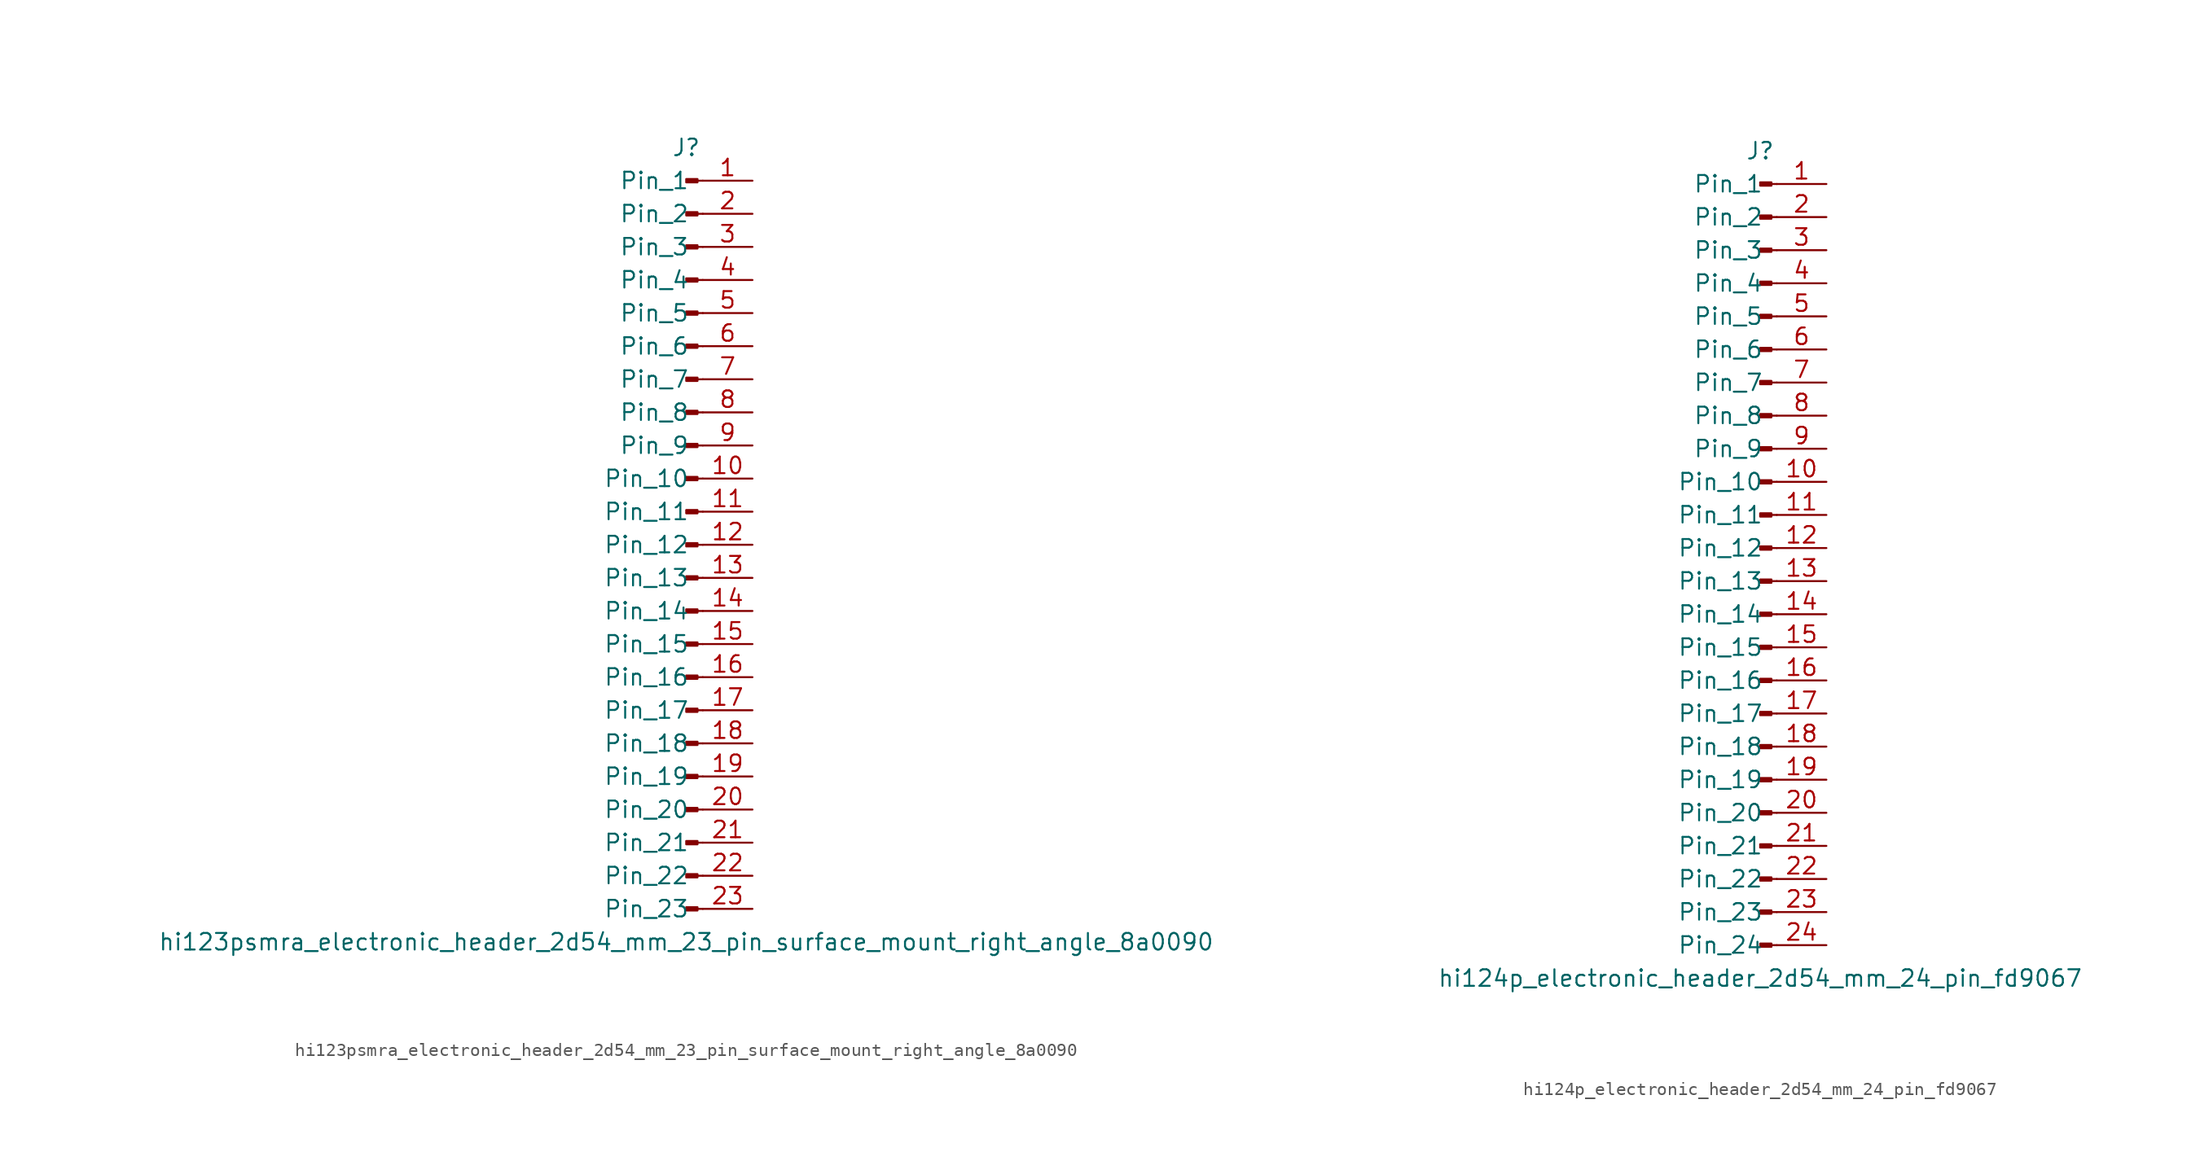
<source format=kicad_sym>
(kicad_symbol_lib
  (version 20220914)
  (generator kicad_symbol_editor)
  (symbol "hi123psmra_electronic_header_2d54_mm_23_pin_surface_mount_right_angle_8a0090"
    (pin_names
      (offset 1.016))
    (property "Reference" "J"
      (at 0 30.48 0)
      (effects (font (size 1.27 1.27))))
    (property "Value" "hi123psmra_electronic_header_2d54_mm_23_pin_surface_mount_right_angle_8a0090"
      (at 0 -30.48 0)
      (effects (font (size 1.27 1.27))))
    (property "ki_locked" ""
      (at 0 0 0)
      (effects (font (size 1.27 1.27))))
    (symbol "hi123psmra_electronic_header_2d54_mm_23_pin_surface_mount_right_angle_8a0090_1_1"
      (polyline (pts (xy 1.27 -27.94) (xy 0.864 -27.94)) (stroke (width 0.152) (type default)) (fill (type none)))
      (polyline (pts (xy 1.27 -25.4) (xy 0.864 -25.4)) (stroke (width 0.152) (type default)) (fill (type none)))
      (polyline (pts (xy 1.27 -22.86) (xy 0.864 -22.86)) (stroke (width 0.152) (type default)) (fill (type none)))
      (polyline (pts (xy 1.27 -20.32) (xy 0.864 -20.32)) (stroke (width 0.152) (type default)) (fill (type none)))
      (polyline (pts (xy 1.27 -17.78) (xy 0.864 -17.78)) (stroke (width 0.152) (type default)) (fill (type none)))
      (polyline (pts (xy 1.27 -15.24) (xy 0.864 -15.24)) (stroke (width 0.152) (type default)) (fill (type none)))
      (polyline (pts (xy 1.27 -12.7) (xy 0.864 -12.7)) (stroke (width 0.152) (type default)) (fill (type none)))
      (polyline (pts (xy 1.27 -10.16) (xy 0.864 -10.16)) (stroke (width 0.152) (type default)) (fill (type none)))
      (polyline (pts (xy 1.27 -7.62) (xy 0.864 -7.62)) (stroke (width 0.152) (type default)) (fill (type none)))
      (polyline (pts (xy 1.27 -5.08) (xy 0.864 -5.08)) (stroke (width 0.152) (type default)) (fill (type none)))
      (polyline (pts (xy 1.27 -2.54) (xy 0.864 -2.54)) (stroke (width 0.152) (type default)) (fill (type none)))
      (polyline (pts (xy 1.27 0) (xy 0.864 0)) (stroke (width 0.152) (type default)) (fill (type none)))
      (polyline (pts (xy 1.27 2.54) (xy 0.864 2.54)) (stroke (width 0.152) (type default)) (fill (type none)))
      (polyline (pts (xy 1.27 5.08) (xy 0.864 5.08)) (stroke (width 0.152) (type default)) (fill (type none)))
      (polyline (pts (xy 1.27 7.62) (xy 0.864 7.62)) (stroke (width 0.152) (type default)) (fill (type none)))
      (polyline (pts (xy 1.27 10.16) (xy 0.864 10.16)) (stroke (width 0.152) (type default)) (fill (type none)))
      (polyline (pts (xy 1.27 12.7) (xy 0.864 12.7)) (stroke (width 0.152) (type default)) (fill (type none)))
      (polyline (pts (xy 1.27 15.24) (xy 0.864 15.24)) (stroke (width 0.152) (type default)) (fill (type none)))
      (polyline (pts (xy 1.27 17.78) (xy 0.864 17.78)) (stroke (width 0.152) (type default)) (fill (type none)))
      (polyline (pts (xy 1.27 20.32) (xy 0.864 20.32)) (stroke (width 0.152) (type default)) (fill (type none)))
      (polyline (pts (xy 1.27 22.86) (xy 0.864 22.86)) (stroke (width 0.152) (type default)) (fill (type none)))
      (polyline (pts (xy 1.27 25.4) (xy 0.864 25.4)) (stroke (width 0.152) (type default)) (fill (type none)))
      (polyline (pts (xy 1.27 27.94) (xy 0.864 27.94)) (stroke (width 0.152) (type default)) (fill (type none)))
      (rectangle (start 0.864 -27.813) (end 0 -28.067) (stroke (width 0.152) (type default)) (fill (type outline)))
      (rectangle (start 0.864 -25.273) (end 0 -25.527) (stroke (width 0.152) (type default)) (fill (type outline)))
      (rectangle (start 0.864 -22.733) (end 0 -22.987) (stroke (width 0.152) (type default)) (fill (type outline)))
      (rectangle (start 0.864 -20.193) (end 0 -20.447) (stroke (width 0.152) (type default)) (fill (type outline)))
      (rectangle (start 0.864 -17.653) (end 0 -17.907) (stroke (width 0.152) (type default)) (fill (type outline)))
      (rectangle (start 0.864 -15.113) (end 0 -15.367) (stroke (width 0.152) (type default)) (fill (type outline)))
      (rectangle (start 0.864 -12.573) (end 0 -12.827) (stroke (width 0.152) (type default)) (fill (type outline)))
      (rectangle (start 0.864 -10.033) (end 0 -10.287) (stroke (width 0.152) (type default)) (fill (type outline)))
      (rectangle (start 0.864 -7.493) (end 0 -7.747) (stroke (width 0.152) (type default)) (fill (type outline)))
      (rectangle (start 0.864 -4.953) (end 0 -5.207) (stroke (width 0.152) (type default)) (fill (type outline)))
      (rectangle (start 0.864 -2.413) (end 0 -2.667) (stroke (width 0.152) (type default)) (fill (type outline)))
      (rectangle (start 0.864 0.127) (end 0 -0.127) (stroke (width 0.152) (type default)) (fill (type outline)))
      (rectangle (start 0.864 2.667) (end 0 2.413) (stroke (width 0.152) (type default)) (fill (type outline)))
      (rectangle (start 0.864 5.207) (end 0 4.953) (stroke (width 0.152) (type default)) (fill (type outline)))
      (rectangle (start 0.864 7.747) (end 0 7.493) (stroke (width 0.152) (type default)) (fill (type outline)))
      (rectangle (start 0.864 10.287) (end 0 10.033) (stroke (width 0.152) (type default)) (fill (type outline)))
      (rectangle (start 0.864 12.827) (end 0 12.573) (stroke (width 0.152) (type default)) (fill (type outline)))
      (rectangle (start 0.864 15.367) (end 0 15.113) (stroke (width 0.152) (type default)) (fill (type outline)))
      (rectangle (start 0.864 17.907) (end 0 17.653) (stroke (width 0.152) (type default)) (fill (type outline)))
      (rectangle (start 0.864 20.447) (end 0 20.193) (stroke (width 0.152) (type default)) (fill (type outline)))
      (rectangle (start 0.864 22.987) (end 0 22.733) (stroke (width 0.152) (type default)) (fill (type outline)))
      (rectangle (start 0.864 25.527) (end 0 25.273) (stroke (width 0.152) (type default)) (fill (type outline)))
      (rectangle (start 0.864 28.067) (end 0 27.813) (stroke (width 0.152) (type default)) (fill (type outline)))
      (pin passive line (at 5.08 27.94 180) (length 3.81) (name "Pin_1" (effects (font (size 1.27 1.27)))) (number "1" (effects (font (size 1.27 1.27)))))
      (pin passive line (at 5.08 5.08 180) (length 3.81) (name "Pin_10" (effects (font (size 1.27 1.27)))) (number "10" (effects (font (size 1.27 1.27)))))
      (pin passive line (at 5.08 2.54 180) (length 3.81) (name "Pin_11" (effects (font (size 1.27 1.27)))) (number "11" (effects (font (size 1.27 1.27)))))
      (pin passive line (at 5.08 0 180) (length 3.81) (name "Pin_12" (effects (font (size 1.27 1.27)))) (number "12" (effects (font (size 1.27 1.27)))))
      (pin passive line (at 5.08 -2.54 180) (length 3.81) (name "Pin_13" (effects (font (size 1.27 1.27)))) (number "13" (effects (font (size 1.27 1.27)))))
      (pin passive line (at 5.08 -5.08 180) (length 3.81) (name "Pin_14" (effects (font (size 1.27 1.27)))) (number "14" (effects (font (size 1.27 1.27)))))
      (pin passive line (at 5.08 -7.62 180) (length 3.81) (name "Pin_15" (effects (font (size 1.27 1.27)))) (number "15" (effects (font (size 1.27 1.27)))))
      (pin passive line (at 5.08 -10.16 180) (length 3.81) (name "Pin_16" (effects (font (size 1.27 1.27)))) (number "16" (effects (font (size 1.27 1.27)))))
      (pin passive line (at 5.08 -12.7 180) (length 3.81) (name "Pin_17" (effects (font (size 1.27 1.27)))) (number "17" (effects (font (size 1.27 1.27)))))
      (pin passive line (at 5.08 -15.24 180) (length 3.81) (name "Pin_18" (effects (font (size 1.27 1.27)))) (number "18" (effects (font (size 1.27 1.27)))))
      (pin passive line (at 5.08 -17.78 180) (length 3.81) (name "Pin_19" (effects (font (size 1.27 1.27)))) (number "19" (effects (font (size 1.27 1.27)))))
      (pin passive line (at 5.08 25.4 180) (length 3.81) (name "Pin_2" (effects (font (size 1.27 1.27)))) (number "2" (effects (font (size 1.27 1.27)))))
      (pin passive line (at 5.08 -20.32 180) (length 3.81) (name "Pin_20" (effects (font (size 1.27 1.27)))) (number "20" (effects (font (size 1.27 1.27)))))
      (pin passive line (at 5.08 -22.86 180) (length 3.81) (name "Pin_21" (effects (font (size 1.27 1.27)))) (number "21" (effects (font (size 1.27 1.27)))))
      (pin passive line (at 5.08 -25.4 180) (length 3.81) (name "Pin_22" (effects (font (size 1.27 1.27)))) (number "22" (effects (font (size 1.27 1.27)))))
      (pin passive line (at 5.08 -27.94 180) (length 3.81) (name "Pin_23" (effects (font (size 1.27 1.27)))) (number "23" (effects (font (size 1.27 1.27)))))
      (pin passive line (at 5.08 22.86 180) (length 3.81) (name "Pin_3" (effects (font (size 1.27 1.27)))) (number "3" (effects (font (size 1.27 1.27)))))
      (pin passive line (at 5.08 20.32 180) (length 3.81) (name "Pin_4" (effects (font (size 1.27 1.27)))) (number "4" (effects (font (size 1.27 1.27)))))
      (pin passive line (at 5.08 17.78 180) (length 3.81) (name "Pin_5" (effects (font (size 1.27 1.27)))) (number "5" (effects (font (size 1.27 1.27)))))
      (pin passive line (at 5.08 15.24 180) (length 3.81) (name "Pin_6" (effects (font (size 1.27 1.27)))) (number "6" (effects (font (size 1.27 1.27)))))
      (pin passive line (at 5.08 12.7 180) (length 3.81) (name "Pin_7" (effects (font (size 1.27 1.27)))) (number "7" (effects (font (size 1.27 1.27)))))
      (pin passive line (at 5.08 10.16 180) (length 3.81) (name "Pin_8" (effects (font (size 1.27 1.27)))) (number "8" (effects (font (size 1.27 1.27)))))
      (pin passive line (at 5.08 7.62 180) (length 3.81) (name "Pin_9" (effects (font (size 1.27 1.27)))) (number "9" (effects (font (size 1.27 1.27)))))))
  (symbol "hi124p_electronic_header_2d54_mm_24_pin_fd9067"
    (pin_names
      (offset 1.016))
    (property "Reference" "J"
      (at 0 30.48 0)
      (effects (font (size 1.27 1.27))))
    (property "Value" "hi124p_electronic_header_2d54_mm_24_pin_fd9067"
      (at 0 -33.02 0)
      (effects (font (size 1.27 1.27))))
    (property "ki_locked" ""
      (at 0 0 0)
      (effects (font (size 1.27 1.27))))
    (symbol "hi124p_electronic_header_2d54_mm_24_pin_fd9067_1_1"
      (polyline (pts (xy 1.27 -30.48) (xy 0.864 -30.48)) (stroke (width 0.152) (type default)) (fill (type none)))
      (polyline (pts (xy 1.27 -27.94) (xy 0.864 -27.94)) (stroke (width 0.152) (type default)) (fill (type none)))
      (polyline (pts (xy 1.27 -25.4) (xy 0.864 -25.4)) (stroke (width 0.152) (type default)) (fill (type none)))
      (polyline (pts (xy 1.27 -22.86) (xy 0.864 -22.86)) (stroke (width 0.152) (type default)) (fill (type none)))
      (polyline (pts (xy 1.27 -20.32) (xy 0.864 -20.32)) (stroke (width 0.152) (type default)) (fill (type none)))
      (polyline (pts (xy 1.27 -17.78) (xy 0.864 -17.78)) (stroke (width 0.152) (type default)) (fill (type none)))
      (polyline (pts (xy 1.27 -15.24) (xy 0.864 -15.24)) (stroke (width 0.152) (type default)) (fill (type none)))
      (polyline (pts (xy 1.27 -12.7) (xy 0.864 -12.7)) (stroke (width 0.152) (type default)) (fill (type none)))
      (polyline (pts (xy 1.27 -10.16) (xy 0.864 -10.16)) (stroke (width 0.152) (type default)) (fill (type none)))
      (polyline (pts (xy 1.27 -7.62) (xy 0.864 -7.62)) (stroke (width 0.152) (type default)) (fill (type none)))
      (polyline (pts (xy 1.27 -5.08) (xy 0.864 -5.08)) (stroke (width 0.152) (type default)) (fill (type none)))
      (polyline (pts (xy 1.27 -2.54) (xy 0.864 -2.54)) (stroke (width 0.152) (type default)) (fill (type none)))
      (polyline (pts (xy 1.27 0) (xy 0.864 0)) (stroke (width 0.152) (type default)) (fill (type none)))
      (polyline (pts (xy 1.27 2.54) (xy 0.864 2.54)) (stroke (width 0.152) (type default)) (fill (type none)))
      (polyline (pts (xy 1.27 5.08) (xy 0.864 5.08)) (stroke (width 0.152) (type default)) (fill (type none)))
      (polyline (pts (xy 1.27 7.62) (xy 0.864 7.62)) (stroke (width 0.152) (type default)) (fill (type none)))
      (polyline (pts (xy 1.27 10.16) (xy 0.864 10.16)) (stroke (width 0.152) (type default)) (fill (type none)))
      (polyline (pts (xy 1.27 12.7) (xy 0.864 12.7)) (stroke (width 0.152) (type default)) (fill (type none)))
      (polyline (pts (xy 1.27 15.24) (xy 0.864 15.24)) (stroke (width 0.152) (type default)) (fill (type none)))
      (polyline (pts (xy 1.27 17.78) (xy 0.864 17.78)) (stroke (width 0.152) (type default)) (fill (type none)))
      (polyline (pts (xy 1.27 20.32) (xy 0.864 20.32)) (stroke (width 0.152) (type default)) (fill (type none)))
      (polyline (pts (xy 1.27 22.86) (xy 0.864 22.86)) (stroke (width 0.152) (type default)) (fill (type none)))
      (polyline (pts (xy 1.27 25.4) (xy 0.864 25.4)) (stroke (width 0.152) (type default)) (fill (type none)))
      (polyline (pts (xy 1.27 27.94) (xy 0.864 27.94)) (stroke (width 0.152) (type default)) (fill (type none)))
      (rectangle (start 0.864 -30.353) (end 0 -30.607) (stroke (width 0.152) (type default)) (fill (type outline)))
      (rectangle (start 0.864 -27.813) (end 0 -28.067) (stroke (width 0.152) (type default)) (fill (type outline)))
      (rectangle (start 0.864 -25.273) (end 0 -25.527) (stroke (width 0.152) (type default)) (fill (type outline)))
      (rectangle (start 0.864 -22.733) (end 0 -22.987) (stroke (width 0.152) (type default)) (fill (type outline)))
      (rectangle (start 0.864 -20.193) (end 0 -20.447) (stroke (width 0.152) (type default)) (fill (type outline)))
      (rectangle (start 0.864 -17.653) (end 0 -17.907) (stroke (width 0.152) (type default)) (fill (type outline)))
      (rectangle (start 0.864 -15.113) (end 0 -15.367) (stroke (width 0.152) (type default)) (fill (type outline)))
      (rectangle (start 0.864 -12.573) (end 0 -12.827) (stroke (width 0.152) (type default)) (fill (type outline)))
      (rectangle (start 0.864 -10.033) (end 0 -10.287) (stroke (width 0.152) (type default)) (fill (type outline)))
      (rectangle (start 0.864 -7.493) (end 0 -7.747) (stroke (width 0.152) (type default)) (fill (type outline)))
      (rectangle (start 0.864 -4.953) (end 0 -5.207) (stroke (width 0.152) (type default)) (fill (type outline)))
      (rectangle (start 0.864 -2.413) (end 0 -2.667) (stroke (width 0.152) (type default)) (fill (type outline)))
      (rectangle (start 0.864 0.127) (end 0 -0.127) (stroke (width 0.152) (type default)) (fill (type outline)))
      (rectangle (start 0.864 2.667) (end 0 2.413) (stroke (width 0.152) (type default)) (fill (type outline)))
      (rectangle (start 0.864 5.207) (end 0 4.953) (stroke (width 0.152) (type default)) (fill (type outline)))
      (rectangle (start 0.864 7.747) (end 0 7.493) (stroke (width 0.152) (type default)) (fill (type outline)))
      (rectangle (start 0.864 10.287) (end 0 10.033) (stroke (width 0.152) (type default)) (fill (type outline)))
      (rectangle (start 0.864 12.827) (end 0 12.573) (stroke (width 0.152) (type default)) (fill (type outline)))
      (rectangle (start 0.864 15.367) (end 0 15.113) (stroke (width 0.152) (type default)) (fill (type outline)))
      (rectangle (start 0.864 17.907) (end 0 17.653) (stroke (width 0.152) (type default)) (fill (type outline)))
      (rectangle (start 0.864 20.447) (end 0 20.193) (stroke (width 0.152) (type default)) (fill (type outline)))
      (rectangle (start 0.864 22.987) (end 0 22.733) (stroke (width 0.152) (type default)) (fill (type outline)))
      (rectangle (start 0.864 25.527) (end 0 25.273) (stroke (width 0.152) (type default)) (fill (type outline)))
      (rectangle (start 0.864 28.067) (end 0 27.813) (stroke (width 0.152) (type default)) (fill (type outline)))
      (pin passive line (at 5.08 27.94 180) (length 3.81) (name "Pin_1" (effects (font (size 1.27 1.27)))) (number "1" (effects (font (size 1.27 1.27)))))
      (pin passive line (at 5.08 5.08 180) (length 3.81) (name "Pin_10" (effects (font (size 1.27 1.27)))) (number "10" (effects (font (size 1.27 1.27)))))
      (pin passive line (at 5.08 2.54 180) (length 3.81) (name "Pin_11" (effects (font (size 1.27 1.27)))) (number "11" (effects (font (size 1.27 1.27)))))
      (pin passive line (at 5.08 0 180) (length 3.81) (name "Pin_12" (effects (font (size 1.27 1.27)))) (number "12" (effects (font (size 1.27 1.27)))))
      (pin passive line (at 5.08 -2.54 180) (length 3.81) (name "Pin_13" (effects (font (size 1.27 1.27)))) (number "13" (effects (font (size 1.27 1.27)))))
      (pin passive line (at 5.08 -5.08 180) (length 3.81) (name "Pin_14" (effects (font (size 1.27 1.27)))) (number "14" (effects (font (size 1.27 1.27)))))
      (pin passive line (at 5.08 -7.62 180) (length 3.81) (name "Pin_15" (effects (font (size 1.27 1.27)))) (number "15" (effects (font (size 1.27 1.27)))))
      (pin passive line (at 5.08 -10.16 180) (length 3.81) (name "Pin_16" (effects (font (size 1.27 1.27)))) (number "16" (effects (font (size 1.27 1.27)))))
      (pin passive line (at 5.08 -12.7 180) (length 3.81) (name "Pin_17" (effects (font (size 1.27 1.27)))) (number "17" (effects (font (size 1.27 1.27)))))
      (pin passive line (at 5.08 -15.24 180) (length 3.81) (name "Pin_18" (effects (font (size 1.27 1.27)))) (number "18" (effects (font (size 1.27 1.27)))))
      (pin passive line (at 5.08 -17.78 180) (length 3.81) (name "Pin_19" (effects (font (size 1.27 1.27)))) (number "19" (effects (font (size 1.27 1.27)))))
      (pin passive line (at 5.08 25.4 180) (length 3.81) (name "Pin_2" (effects (font (size 1.27 1.27)))) (number "2" (effects (font (size 1.27 1.27)))))
      (pin passive line (at 5.08 -20.32 180) (length 3.81) (name "Pin_20" (effects (font (size 1.27 1.27)))) (number "20" (effects (font (size 1.27 1.27)))))
      (pin passive line (at 5.08 -22.86 180) (length 3.81) (name "Pin_21" (effects (font (size 1.27 1.27)))) (number "21" (effects (font (size 1.27 1.27)))))
      (pin passive line (at 5.08 -25.4 180) (length 3.81) (name "Pin_22" (effects (font (size 1.27 1.27)))) (number "22" (effects (font (size 1.27 1.27)))))
      (pin passive line (at 5.08 -27.94 180) (length 3.81) (name "Pin_23" (effects (font (size 1.27 1.27)))) (number "23" (effects (font (size 1.27 1.27)))))
      (pin passive line (at 5.08 -30.48 180) (length 3.81) (name "Pin_24" (effects (font (size 1.27 1.27)))) (number "24" (effects (font (size 1.27 1.27)))))
      (pin passive line (at 5.08 22.86 180) (length 3.81) (name "Pin_3" (effects (font (size 1.27 1.27)))) (number "3" (effects (font (size 1.27 1.27)))))
      (pin passive line (at 5.08 20.32 180) (length 3.81) (name "Pin_4" (effects (font (size 1.27 1.27)))) (number "4" (effects (font (size 1.27 1.27)))))
      (pin passive line (at 5.08 17.78 180) (length 3.81) (name "Pin_5" (effects (font (size 1.27 1.27)))) (number "5" (effects (font (size 1.27 1.27)))))
      (pin passive line (at 5.08 15.24 180) (length 3.81) (name "Pin_6" (effects (font (size 1.27 1.27)))) (number "6" (effects (font (size 1.27 1.27)))))
      (pin passive line (at 5.08 12.7 180) (length 3.81) (name "Pin_7" (effects (font (size 1.27 1.27)))) (number "7" (effects (font (size 1.27 1.27)))))
      (pin passive line (at 5.08 10.16 180) (length 3.81) (name "Pin_8" (effects (font (size 1.27 1.27)))) (number "8" (effects (font (size 1.27 1.27)))))
      (pin passive line (at 5.08 7.62 180) (length 3.81) (name "Pin_9" (effects (font (size 1.27 1.27)))) (number "9" (effects (font (size 1.27 1.27))))))))
</source>
